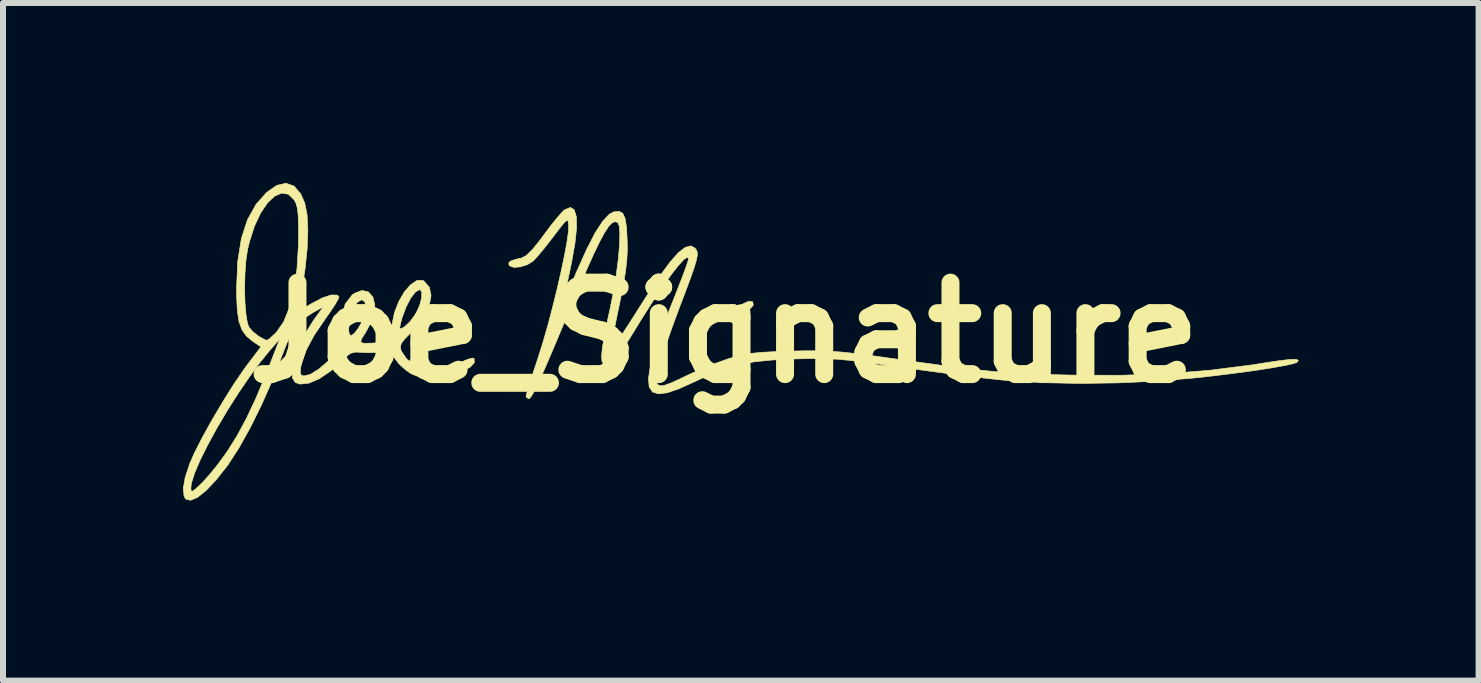
<source format=kicad_pcb>
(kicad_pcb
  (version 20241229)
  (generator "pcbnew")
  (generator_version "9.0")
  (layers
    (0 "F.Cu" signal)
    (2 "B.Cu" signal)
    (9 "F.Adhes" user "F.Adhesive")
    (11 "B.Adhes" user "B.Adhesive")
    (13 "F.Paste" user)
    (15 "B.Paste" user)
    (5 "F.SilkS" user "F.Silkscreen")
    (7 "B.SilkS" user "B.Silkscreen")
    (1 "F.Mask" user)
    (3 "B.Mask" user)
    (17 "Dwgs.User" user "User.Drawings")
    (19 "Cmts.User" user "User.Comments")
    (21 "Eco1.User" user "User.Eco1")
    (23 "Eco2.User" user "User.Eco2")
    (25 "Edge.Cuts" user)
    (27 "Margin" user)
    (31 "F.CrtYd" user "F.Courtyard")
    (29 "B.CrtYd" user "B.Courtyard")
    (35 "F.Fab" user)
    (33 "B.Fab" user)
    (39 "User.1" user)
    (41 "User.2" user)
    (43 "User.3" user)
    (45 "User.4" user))
  (footprint "Joe_Signature"
    (layer "F.Cu")
    (at 9.021 2.497)
    (property "Reference" "Joe_Signature" (at 0 0 0) (layer "F.SilkS") (effects (font (size 1.524 1.524) (thickness 0.3))))
    (attr through_hole)
    (fp_poly (pts (xy 0.472 -0.518) (xy 0.477 -0.514) (xy 0.487 -0.46) (xy 0.422 -0.387) (xy 0.42 -0.384) (xy 0.314 -0.314) (xy 0.24 -0.303) (xy 0.212 -0.352) (xy 0.212 -0.355) (xy 0.244 -0.423) (xy 0.319 -0.485) (xy 0.406 -0.523) (xy 0.472 -0.518)) (stroke (width 0.01) (type solid)) (fill yes) (layer "F.SilkS"))
    (fp_poly (pts (xy -2.498 -2.049) (xy -2.463 -1.935) (xy -2.459 -1.749) (xy -2.486 -1.493) (xy -2.543 -1.17) (xy -2.561 -1.084) (xy -2.602 -0.89) (xy -2.636 -0.726) (xy -2.658 -0.611) (xy -2.666 -0.562) (xy -2.65 -0.586) (xy -2.608 -0.675) (xy -2.545 -0.815) (xy -2.468 -0.994) (xy -2.451 -1.034) (xy -2.292 -1.389) (xy -2.151 -1.663) (xy -2.025 -1.858) (xy -1.914 -1.976) (xy -1.84 -2.015) (xy -1.752 -2.024) (xy -1.691 -1.994) (xy -1.652 -1.911) (xy -1.628 -1.766) (xy -1.616 -1.554) (xy -1.613 -1.371) (xy -1.623 -1.195) (xy -1.646 -1.001) (xy -1.686 -0.768) (xy -1.738 -0.508) (xy -1.786 -0.275) (xy -1.829 -0.064) (xy -1.864 0.107) (xy -1.886 0.222) (xy -1.893 0.254) (xy -1.896 0.283) (xy -1.89 0.293) (xy -1.871 0.277) (xy -1.834 0.228) (xy -1.773 0.139) (xy -1.684 0.003) (xy -1.563 -0.185) (xy -1.405 -0.434) (xy -1.277 -0.635) (xy -1.075 -0.941) (xy -0.905 -1.173) (xy -0.764 -1.333) (xy -0.648 -1.423) (xy -0.556 -1.448) (xy -0.49 -1.415) (xy -0.462 -1.382) (xy -0.447 -1.343) (xy -0.447 -1.286) (xy -0.464 -1.202) (xy -0.501 -1.079) (xy -0.561 -0.908) (xy -0.647 -0.677) (xy -0.746 -0.417) (xy -0.872 -0.076) (xy -0.975 0.223) (xy -1.053 0.474) (xy -1.103 0.669) (xy -1.124 0.8) (xy -1.117 0.854) (xy -1.077 0.883) (xy -1.005 0.88) (xy -0.889 0.839) (xy -0.716 0.76) (xy -0.645 0.725) (xy -0.437 0.629) (xy -0.197 0.53) (xy 0.026 0.449) (xy 0.042 0.443) (xy 0.19 0.398) (xy 0.325 0.365) (xy 0.466 0.342) (xy 0.634 0.326) (xy 0.848 0.315) (xy 1.101 0.306) (xy 1.346 0.301) (xy 1.556 0.301) (xy 1.751 0.307) (xy 1.951 0.321) (xy 2.176 0.345) (xy 2.446 0.379) (xy 2.752 0.422) (xy 3.206 0.486) (xy 3.589 0.538) (xy 3.916 0.581) (xy 4.198 0.615) (xy 4.45 0.641) (xy 4.684 0.661) (xy 4.914 0.676) (xy 5.152 0.688) (xy 5.413 0.696) (xy 5.71 0.704) (xy 5.8 0.706) (xy 6.617 0.709) (xy 7.377 0.683) (xy 8.102 0.625) (xy 8.814 0.534) (xy 9.01 0.503) (xy 9.259 0.465) (xy 9.432 0.445) (xy 9.535 0.443) (xy 9.573 0.459) (xy 9.558 0.489) (xy 9.498 0.513) (xy 9.366 0.543) (xy 9.173 0.578) (xy 8.931 0.617) (xy 8.651 0.657) (xy 8.346 0.696) (xy 8.026 0.734) (xy 7.789 0.759) (xy 7.189 0.808) (xy 6.562 0.836) (xy 5.933 0.845) (xy 5.328 0.833) (xy 4.771 0.801) (xy 4.581 0.783) (xy 4.36 0.759) (xy 4.078 0.725) (xy 3.754 0.684) (xy 3.41 0.638) (xy 3.067 0.591) (xy 2.909 0.569) (xy 2.567 0.521) (xy 2.292 0.484) (xy 2.066 0.458) (xy 1.873 0.441) (xy 1.695 0.432) (xy 1.515 0.43) (xy 1.317 0.433) (xy 1.164 0.437) (xy 0.809 0.454) (xy 0.514 0.483) (xy 0.255 0.53) (xy 0.01 0.602) (xy -0.247 0.702) (xy -0.521 0.829) (xy -0.758 0.936) (xy -0.949 1.001) (xy -1.094 1.019) (xy -1.194 0.988) (xy -1.249 0.903) (xy -1.261 0.762) (xy -1.23 0.561) (xy -1.158 0.297) (xy -1.044 -0.035) (xy -0.89 -0.438) (xy -0.842 -0.557) (xy -0.757 -0.773) (xy -0.684 -0.963) (xy -0.629 -1.113) (xy -0.598 -1.207) (xy -0.593 -1.231) (xy -0.613 -1.259) (xy -0.672 -1.22) (xy -0.764 -1.119) (xy -0.885 -0.964) (xy -1.031 -0.759) (xy -1.197 -0.51) (xy -1.378 -0.225) (xy -1.451 -0.106) (xy -1.597 0.132) (xy -1.708 0.306) (xy -1.791 0.425) (xy -1.853 0.499) (xy -1.903 0.536) (xy -1.947 0.546) (xy -1.972 0.543) (xy -2.013 0.521) (xy -2.037 0.471) (xy -2.042 0.383) (xy -2.029 0.248) (xy -1.997 0.055) (xy -1.944 -0.205) (xy -1.901 -0.4) (xy -1.844 -0.684) (xy -1.798 -0.964) (xy -1.764 -1.226) (xy -1.744 -1.458) (xy -1.738 -1.646) (xy -1.747 -1.777) (xy -1.774 -1.839) (xy -1.774 -1.839) (xy -1.818 -1.852) (xy -1.867 -1.832) (xy -1.923 -1.775) (xy -1.99 -1.674) (xy -2.072 -1.523) (xy -2.172 -1.316) (xy -2.292 -1.048) (xy -2.437 -0.712) (xy -2.584 -0.36) (xy -2.747 0.028) (xy -2.88 0.344) (xy -2.988 0.595) (xy -3.074 0.787) (xy -3.14 0.927) (xy -3.189 1.021) (xy -3.225 1.076) (xy -3.251 1.099) (xy -3.258 1.101) (xy -3.3 1.071) (xy -3.302 1.06) (xy -3.289 1.007) (xy -3.254 0.89) (xy -3.201 0.721) (xy -3.134 0.517) (xy -3.093 0.393) (xy -3.016 0.146) (xy -2.936 -0.133) (xy -2.858 -0.43) (xy -2.844 -0.487) (xy -2.709 -0.487) (xy -2.688 -0.466) (xy -2.667 -0.487) (xy -2.688 -0.508) (xy -2.709 -0.487) (xy -2.844 -0.487) (xy -2.783 -0.732) (xy -2.717 -1.023) (xy -2.661 -1.289) (xy -2.619 -1.517) (xy -2.595 -1.691) (xy -2.591 -1.795) (xy -2.599 -1.853) (xy -2.615 -1.875) (xy -2.649 -1.853) (xy -2.712 -1.779) (xy -2.813 -1.647) (xy -2.842 -1.609) (xy -2.96 -1.456) (xy -3.071 -1.32) (xy -3.157 -1.222) (xy -3.182 -1.197) (xy -3.28 -1.135) (xy -3.397 -1.098) (xy -3.506 -1.09) (xy -3.576 -1.116) (xy -3.587 -1.132) (xy -3.588 -1.171) (xy -3.55 -1.2) (xy -3.453 -1.229) (xy -3.379 -1.245) (xy -3.3 -1.286) (xy -3.199 -1.383) (xy -3.069 -1.543) (xy -3.006 -1.629) (xy -2.889 -1.786) (xy -2.779 -1.922) (xy -2.693 -2.018) (xy -2.657 -2.051) (xy -2.562 -2.089) (xy -2.498 -2.049)) (stroke (width 0.01) (type solid)) (fill yes) (layer "F.SilkS"))
    (fp_poly (pts (xy -7.168 -2.444) (xy -7.058 -2.315) (xy -6.991 -2.163) (xy -6.952 -1.971) (xy -6.939 -1.713) (xy -6.95 -1.406) (xy -6.985 -1.065) (xy -7.043 -0.704) (xy -7.1 -0.434) (xy -7.107 -0.387) (xy -7.088 -0.373) (xy -7.031 -0.397) (xy -6.92 -0.461) (xy -6.876 -0.487) (xy -6.694 -0.582) (xy -6.549 -0.63) (xy -6.451 -0.628) (xy -6.42 -0.603) (xy -6.435 -0.557) (xy -6.491 -0.461) (xy -6.577 -0.332) (xy -6.625 -0.265) (xy -6.829 0.034) (xy -6.967 0.291) (xy -7.045 0.512) (xy -7.056 0.568) (xy -7.066 0.669) (xy -7.045 0.712) (xy -7 0.72) (xy -6.895 0.693) (xy -6.76 0.609) (xy -6.587 0.462) (xy -6.535 0.413) (xy -6.44 0.319) (xy -6.389 0.246) (xy -6.372 0.163) (xy -6.377 0.037) (xy -6.381 -0.014) (xy -6.381 -0.043) (xy -6.259 -0.043) (xy -6.247 0.029) (xy -6.212 0.047) (xy -6.158 0.004) (xy -6.095 -0.08) (xy -6.035 -0.189) (xy -5.989 -0.304) (xy -5.969 -0.406) (xy -5.969 -0.413) (xy -5.99 -0.518) (xy -6.044 -0.55) (xy -6.117 -0.505) (xy -6.155 -0.455) (xy -6.211 -0.332) (xy -6.248 -0.182) (xy -6.259 -0.043) (xy -6.381 -0.043) (xy -6.376 -0.274) (xy -6.315 -0.481) (xy -6.201 -0.629) (xy -6.165 -0.656) (xy -6.037 -0.705) (xy -5.93 -0.681) (xy -5.855 -0.597) (xy -5.822 -0.464) (xy -5.842 -0.298) (xy -5.895 -0.156) (xy -5.973 -0.009) (xy -5.989 0.015) (xy -6.047 0.107) (xy -6.056 0.157) (xy -6.008 0.176) (xy -5.89 0.174) (xy -5.821 0.17) (xy -5.683 0.148) (xy -5.6 0.094) (xy -5.554 -0.011) (xy -5.544 -0.076) (xy -5.408 -0.076) (xy -5.387 -0.065) (xy -5.322 -0.104) (xy -5.239 -0.182) (xy -5.152 -0.297) (xy -5.13 -0.333) (xy -5.075 -0.458) (xy -5.043 -0.579) (xy -5.039 -0.674) (xy -5.066 -0.719) (xy -5.073 -0.72) (xy -5.144 -0.681) (xy -5.223 -0.579) (xy -5.301 -0.43) (xy -5.367 -0.253) (xy -5.393 -0.157) (xy -5.408 -0.076) (xy -5.544 -0.076) (xy -5.534 -0.147) (xy -5.495 -0.337) (xy -5.424 -0.519) (xy -5.333 -0.677) (xy -5.229 -0.798) (xy -5.125 -0.869) (xy -5.029 -0.875) (xy -5.007 -0.864) (xy -4.914 -0.76) (xy -4.885 -0.617) (xy -4.918 -0.446) (xy -5.01 -0.259) (xy -5.158 -0.067) (xy -5.211 -0.012) (xy -5.321 0.1) (xy -5.38 0.177) (xy -5.397 0.236) (xy -5.383 0.299) (xy -5.379 0.31) (xy -5.286 0.443) (xy -5.135 0.536) (xy -4.943 0.586) (xy -4.728 0.59) (xy -4.509 0.543) (xy -4.388 0.492) (xy -4.273 0.442) (xy -4.191 0.422) (xy -4.167 0.429) (xy -4.164 0.5) (xy -4.231 0.572) (xy -4.352 0.639) (xy -4.512 0.694) (xy -4.696 0.73) (xy -4.85 0.74) (xy -5.018 0.736) (xy -5.131 0.719) (xy -5.222 0.68) (xy -5.312 0.617) (xy -5.42 0.518) (xy -5.5 0.414) (xy -5.517 0.379) (xy -5.556 0.301) (xy -5.611 0.286) (xy -5.683 0.306) (xy -5.8 0.328) (xy -5.952 0.333) (xy -6.012 0.329) (xy -6.143 0.322) (xy -6.23 0.344) (xy -6.311 0.407) (xy -6.358 0.455) (xy -6.555 0.635) (xy -6.747 0.766) (xy -6.923 0.841) (xy -7.071 0.856) (xy -7.148 0.829) (xy -7.197 0.752) (xy -7.201 0.62) (xy -7.166 0.446) (xy -7.095 0.245) (xy -6.992 0.031) (xy -6.861 -0.182) (xy -6.832 -0.224) (xy -6.682 -0.432) (xy -6.854 -0.336) (xy -6.993 -0.247) (xy -7.103 -0.145) (xy -7.197 -0.013) (xy -7.285 0.166) (xy -7.381 0.409) (xy -7.386 0.423) (xy -7.541 0.819) (xy -7.716 1.213) (xy -7.901 1.585) (xy -8.086 1.917) (xy -8.262 2.19) (xy -8.289 2.227) (xy -8.472 2.458) (xy -8.637 2.632) (xy -8.779 2.745) (xy -8.892 2.793) (xy -8.973 2.774) (xy -9.002 2.728) (xy -9.016 2.598) (xy -9.013 2.581) (xy -8.889 2.581) (xy -8.886 2.633) (xy -8.864 2.643) (xy -8.812 2.606) (xy -8.716 2.515) (xy -8.696 2.496) (xy -8.583 2.372) (xy -8.448 2.206) (xy -8.316 2.026) (xy -8.274 1.965) (xy -8.116 1.712) (xy -7.966 1.434) (xy -7.815 1.115) (xy -7.656 0.738) (xy -7.573 0.529) (xy -7.409 0.106) (xy -7.557 0.275) (xy -7.732 0.489) (xy -7.916 0.74) (xy -8.103 1.015) (xy -8.285 1.302) (xy -8.455 1.59) (xy -8.606 1.866) (xy -8.732 2.118) (xy -8.825 2.335) (xy -8.879 2.503) (xy -8.889 2.581) (xy -9.013 2.581) (xy -8.984 2.413) (xy -8.91 2.187) (xy -8.832 2.008) (xy -8.697 1.742) (xy -8.531 1.444) (xy -8.349 1.138) (xy -8.167 0.848) (xy -7.998 0.601) (xy -7.936 0.518) (xy -7.721 0.235) (xy -7.85 0.148) (xy -7.959 0.06) (xy -8.036 -0.046) (xy -8.087 -0.186) (xy -8.115 -0.373) (xy -8.127 -0.624) (xy -8.127 -0.741) (xy -8.127 -0.75) (xy -7.993 -0.75) (xy -7.988 -0.52) (xy -7.972 -0.318) (xy -7.947 -0.164) (xy -7.923 -0.096) (xy -7.856 -0.017) (xy -7.755 0.062) (xy -7.655 0.116) (xy -7.618 0.125) (xy -7.577 0.099) (xy -7.501 0.029) (xy -7.459 -0.013) (xy -7.343 -0.181) (xy -7.246 -0.42) (xy -7.171 -0.72) (xy -7.12 -1.068) (xy -7.096 -1.454) (xy -7.094 -1.547) (xy -7.095 -1.785) (xy -7.1 -1.954) (xy -7.113 -2.071) (xy -7.134 -2.152) (xy -7.166 -2.214) (xy -7.263 -2.309) (xy -7.374 -2.328) (xy -7.492 -2.278) (xy -7.611 -2.166) (xy -7.725 -1.998) (xy -7.828 -1.78) (xy -7.912 -1.519) (xy -7.943 -1.392) (xy -7.971 -1.207) (xy -7.987 -0.986) (xy -7.993 -0.75) (xy -8.127 -0.75) (xy -8.108 -1.188) (xy -8.048 -1.567) (xy -7.946 -1.883) (xy -7.801 -2.143) (xy -7.623 -2.342) (xy -7.455 -2.458) (xy -7.302 -2.492) (xy -7.168 -2.444)) (stroke (width 0.01) (type solid)) (fill yes) (layer "F.SilkS")))
  (gr_rect
    (start -3 -3)
    (end 21.599 8.296)
    (stroke (width 0.1) (type default))
    (fill no)
    (layer "Edge.Cuts")))
</source>
